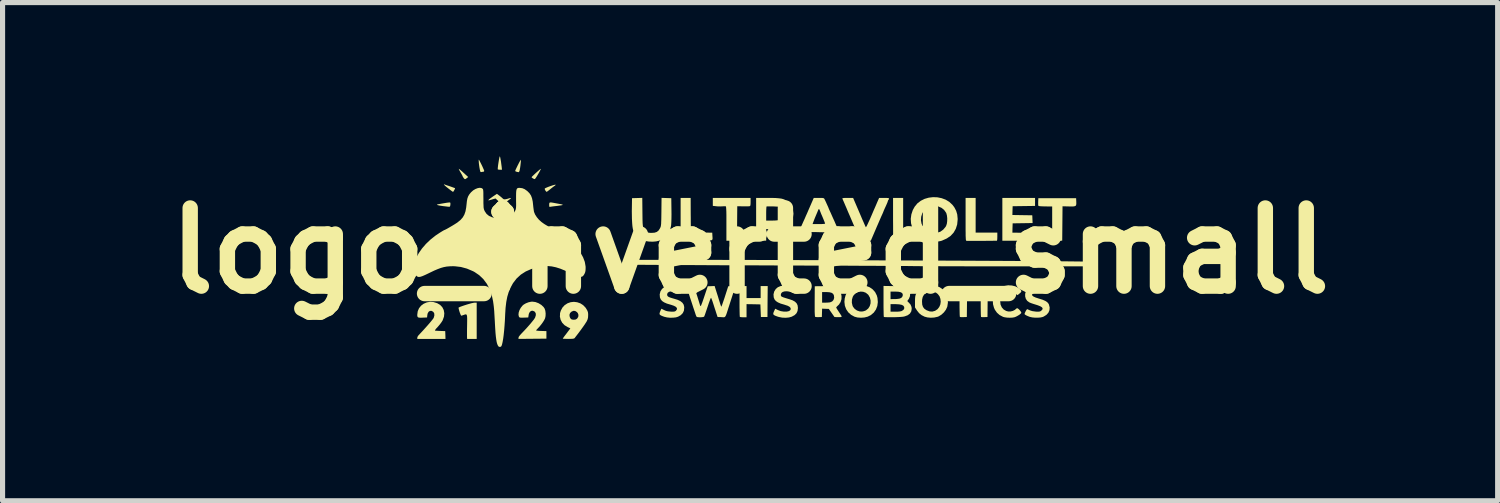
<source format=kicad_pcb>
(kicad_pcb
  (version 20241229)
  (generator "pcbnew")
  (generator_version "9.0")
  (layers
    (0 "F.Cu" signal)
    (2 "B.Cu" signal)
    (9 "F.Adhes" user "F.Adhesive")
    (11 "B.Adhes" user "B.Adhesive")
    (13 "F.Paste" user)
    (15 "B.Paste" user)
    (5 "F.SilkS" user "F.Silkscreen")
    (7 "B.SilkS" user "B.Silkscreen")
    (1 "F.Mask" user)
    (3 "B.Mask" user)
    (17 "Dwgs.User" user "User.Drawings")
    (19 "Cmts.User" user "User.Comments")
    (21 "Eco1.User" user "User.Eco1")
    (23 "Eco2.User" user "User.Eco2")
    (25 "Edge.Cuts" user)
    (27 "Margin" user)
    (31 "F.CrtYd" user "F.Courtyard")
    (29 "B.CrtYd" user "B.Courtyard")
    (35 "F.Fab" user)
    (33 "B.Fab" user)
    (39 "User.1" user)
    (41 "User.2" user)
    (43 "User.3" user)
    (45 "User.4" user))
  (footprint "logo_inverted_small"
    (layer "F.Cu")
    (at 11.582 1.842)
    (property "Reference" "logo_inverted_small" (at 0 0 0) (layer "F.SilkS") (effects (font (size 1.524 1.524) (thickness 0.3))))
    (attr board_only exclude_from_pos_files exclude_from_bom)
    (fp_poly (pts (xy 4.634 0.99) (xy 4.631 1.292) (xy 4.572 1.294) (xy 4.539 1.295) (xy 4.515 1.293) (xy 4.505 1.29) (xy 4.504 1.279) (xy 4.502 1.251) (xy 4.501 1.208) (xy 4.5 1.152) (xy 4.499 1.087) (xy 4.499 1.015) (xy 4.499 0.985) (xy 4.499 0.688) (xy 4.636 0.688)) (stroke (width 0) (type solid)) (fill yes) (layer "F.SilkS"))
    (fp_poly (pts (xy 4.42 0.805) (xy 4.234 0.805) (xy 4.231 1.049) (xy 4.228 1.292) (xy 4.164 1.294) (xy 4.13 1.295) (xy 4.104 1.293) (xy 4.093 1.29) (xy 4.091 1.279) (xy 4.089 1.251) (xy 4.088 1.208) (xy 4.087 1.155) (xy 4.086 1.092) (xy 4.086 1.044) (xy 4.086 0.805) (xy 3.899 0.805) (xy 3.899 0.688) (xy 4.42 0.688)) (stroke (width 0) (type solid)) (fill yes) (layer "F.SilkS"))
    (fp_poly (pts (xy -4.879 -1.837) (xy -4.873 -1.816) (xy -4.867 -1.782) (xy -4.859 -1.737) (xy -4.852 -1.683) (xy -4.846 -1.638) (xy -4.84 -1.581) (xy -4.88 -1.581) (xy -4.906 -1.583) (xy -4.92 -1.587) (xy -4.922 -1.589) (xy -4.922 -1.608) (xy -4.919 -1.64) (xy -4.914 -1.681) (xy -4.907 -1.726) (xy -4.9 -1.77) (xy -4.893 -1.807) (xy -4.887 -1.833) (xy -4.883 -1.842)) (stroke (width 0) (type solid)) (fill yes) (layer "F.SilkS"))
    (fp_poly (pts (xy 2.986 -0.611) (xy 2.986 -0.192) (xy 2.904 -0.192) (xy 2.864 -0.192) (xy 2.83 -0.193) (xy 2.809 -0.194) (xy 2.806 -0.195) (xy 2.802 -0.197) (xy 2.798 -0.203) (xy 2.796 -0.214) (xy 2.794 -0.232) (xy 2.792 -0.259) (xy 2.791 -0.297) (xy 2.79 -0.347) (xy 2.79 -0.412) (xy 2.79 -0.491) (xy 2.789 -0.589) (xy 2.789 -0.615) (xy 2.789 -1.031) (xy 2.986 -1.031)) (stroke (width 0) (type solid)) (fill yes) (layer "F.SilkS"))
    (fp_poly (pts (xy 5.559 -0.875) (xy 5.341 -0.872) (xy 5.122 -0.869) (xy 5.119 -0.784) (xy 5.117 -0.698) (xy 5.311 -0.695) (xy 5.505 -0.692) (xy 5.508 -0.617) (xy 5.511 -0.541) (xy 5.317 -0.538) (xy 5.122 -0.535) (xy 5.119 -0.445) (xy 5.117 -0.354) (xy 5.345 -0.351) (xy 5.574 -0.349) (xy 5.577 -0.273) (xy 5.58 -0.196) (xy 4.921 -0.196) (xy 4.921 -1.031) (xy 5.559 -1.031)) (stroke (width 0) (type solid)) (fill yes) (layer "F.SilkS"))
    (fp_poly (pts (xy -5.851 -0.941) (xy -5.846 -0.931) (xy -5.846 -0.908) (xy -5.846 -0.901) (xy -5.851 -0.871) (xy -5.862 -0.859) (xy -5.864 -0.858) (xy -5.879 -0.859) (xy -5.909 -0.862) (xy -5.95 -0.867) (xy -5.994 -0.872) (xy -6.051 -0.881) (xy -6.089 -0.889) (xy -6.107 -0.896) (xy -6.106 -0.902) (xy -6.087 -0.907) (xy -6.023 -0.919) (xy -5.965 -0.929) (xy -5.917 -0.937) (xy -5.883 -0.941) (xy -5.865 -0.943)) (stroke (width 0) (type solid)) (fill yes) (layer "F.SilkS"))
    (fp_poly (pts (xy -5.961 -1.294) (xy -5.946 -1.288) (xy -5.918 -1.278) (xy -5.88 -1.266) (xy -5.854 -1.257) (xy -5.814 -1.243) (xy -5.782 -1.231) (xy -5.761 -1.224) (xy -5.756 -1.221) (xy -5.757 -1.211) (xy -5.766 -1.192) (xy -5.778 -1.17) (xy -5.789 -1.154) (xy -5.795 -1.149) (xy -5.805 -1.155) (xy -5.827 -1.17) (xy -5.857 -1.193) (xy -5.884 -1.214) (xy -5.926 -1.247) (xy -5.955 -1.273) (xy -5.971 -1.289) (xy -5.972 -1.296)) (stroke (width 0) (type solid)) (fill yes) (layer "F.SilkS"))
    (fp_poly (pts (xy -5.674 -1.594) (xy -5.654 -1.579) (xy -5.626 -1.555) (xy -5.592 -1.524) (xy -5.589 -1.521) (xy -5.499 -1.439) (xy -5.527 -1.417) (xy -5.549 -1.4) (xy -5.564 -1.397) (xy -5.577 -1.407) (xy -5.588 -1.421) (xy -5.602 -1.441) (xy -5.608 -1.455) (xy -5.608 -1.455) (xy -5.613 -1.467) (xy -5.626 -1.491) (xy -5.644 -1.522) (xy -5.648 -1.529) (xy -5.666 -1.56) (xy -5.678 -1.585) (xy -5.683 -1.598) (xy -5.683 -1.599)) (stroke (width 0) (type solid)) (fill yes) (layer "F.SilkS"))
    (fp_poly (pts (xy -3.792 -1.284) (xy -3.807 -1.271) (xy -3.811 -1.268) (xy -3.83 -1.255) (xy -3.859 -1.233) (xy -3.892 -1.207) (xy -3.899 -1.201) (xy -3.929 -1.177) (xy -3.953 -1.159) (xy -3.968 -1.15) (xy -3.969 -1.149) (xy -3.979 -1.157) (xy -3.992 -1.173) (xy -4.003 -1.195) (xy -4.007 -1.21) (xy -3.999 -1.219) (xy -3.974 -1.231) (xy -3.938 -1.246) (xy -3.902 -1.259) (xy -3.85 -1.277) (xy -3.813 -1.287) (xy -3.794 -1.289)) (stroke (width 0) (type solid)) (fill yes) (layer "F.SilkS"))
    (fp_poly (pts (xy -5.285 -1.77) (xy -5.273 -1.747) (xy -5.257 -1.716) (xy -5.238 -1.678) (xy -5.22 -1.64) (xy -5.204 -1.604) (xy -5.192 -1.576) (xy -5.186 -1.558) (xy -5.186 -1.556) (xy -5.194 -1.544) (xy -5.203 -1.542) (xy -5.227 -1.539) (xy -5.241 -1.536) (xy -5.253 -1.535) (xy -5.261 -1.542) (xy -5.267 -1.562) (xy -5.273 -1.589) (xy -5.28 -1.628) (xy -5.286 -1.67) (xy -5.291 -1.711) (xy -5.293 -1.745) (xy -5.294 -1.769) (xy -5.292 -1.778)) (stroke (width 0) (type solid)) (fill yes) (layer "F.SilkS"))
    (fp_poly (pts (xy -4.471 -1.763) (xy -4.472 -1.736) (xy -4.476 -1.701) (xy -4.48 -1.66) (xy -4.486 -1.62) (xy -4.492 -1.585) (xy -4.497 -1.56) (xy -4.499 -1.555) (xy -4.508 -1.538) (xy -4.515 -1.533) (xy -4.53 -1.536) (xy -4.553 -1.541) (xy -4.573 -1.548) (xy -4.582 -1.557) (xy -4.582 -1.557) (xy -4.578 -1.57) (xy -4.567 -1.596) (xy -4.551 -1.629) (xy -4.533 -1.666) (xy -4.514 -1.703) (xy -4.497 -1.736) (xy -4.482 -1.761) (xy -4.474 -1.774) (xy -4.472 -1.774)) (stroke (width 0) (type solid)) (fill yes) (layer "F.SilkS"))
    (fp_poly (pts (xy -4.084 -1.589) (xy -4.095 -1.567) (xy -4.111 -1.536) (xy -4.131 -1.501) (xy -4.152 -1.466) (xy -4.172 -1.434) (xy -4.188 -1.411) (xy -4.198 -1.399) (xy -4.199 -1.398) (xy -4.213 -1.401) (xy -4.235 -1.411) (xy -4.236 -1.412) (xy -4.254 -1.425) (xy -4.263 -1.435) (xy -4.263 -1.435) (xy -4.256 -1.444) (xy -4.238 -1.462) (xy -4.212 -1.487) (xy -4.182 -1.515) (xy -4.151 -1.543) (xy -4.122 -1.568) (xy -4.098 -1.588) (xy -4.084 -1.598) (xy -4.081 -1.599)) (stroke (width 0) (type solid)) (fill yes) (layer "F.SilkS"))
    (fp_poly (pts (xy -3.848 -0.938) (xy -3.8 -0.929) (xy -3.758 -0.921) (xy -3.719 -0.914) (xy -3.691 -0.909) (xy -3.667 -0.903) (xy -3.654 -0.897) (xy -3.654 -0.895) (xy -3.663 -0.891) (xy -3.688 -0.886) (xy -3.724 -0.881) (xy -3.764 -0.875) (xy -3.811 -0.87) (xy -3.852 -0.865) (xy -3.883 -0.86) (xy -3.897 -0.858) (xy -3.91 -0.856) (xy -3.917 -0.863) (xy -3.919 -0.883) (xy -3.919 -0.898) (xy -3.918 -0.92) (xy -3.914 -0.935) (xy -3.903 -0.942) (xy -3.882 -0.943)) (stroke (width 0) (type solid)) (fill yes) (layer "F.SilkS"))
    (fp_poly (pts (xy -0.069 0.923) (xy 0.206 0.923) (xy 0.206 0.688) (xy 0.344 0.688) (xy 0.341 0.99) (xy 0.339 1.292) (xy 0.211 1.292) (xy 0.206 1.169) (xy 0.201 1.046) (xy 0.066 1.043) (xy -0.069 1.041) (xy -0.069 1.297) (xy -0.131 1.297) (xy -0.164 1.296) (xy -0.189 1.293) (xy -0.2 1.29) (xy -0.201 1.279) (xy -0.203 1.251) (xy -0.204 1.208) (xy -0.205 1.152) (xy -0.206 1.087) (xy -0.206 1.015) (xy -0.206 0.985) (xy -0.206 0.688) (xy -0.069 0.688)) (stroke (width 0) (type solid)) (fill yes) (layer "F.SilkS"))
    (fp_poly (pts (xy 6.363 -0.959) (xy 6.364 -0.922) (xy 6.361 -0.896) (xy 6.353 -0.879) (xy 6.335 -0.87) (xy 6.305 -0.865) (xy 6.261 -0.865) (xy 6.218 -0.865) (xy 6.095 -0.868) (xy 6.089 -0.199) (xy 6.063 -0.195) (xy 6.039 -0.194) (xy 6.004 -0.193) (xy 5.964 -0.194) (xy 5.893 -0.197) (xy 5.893 -0.864) (xy 5.793 -0.865) (xy 5.738 -0.866) (xy 5.697 -0.867) (xy 5.665 -0.869) (xy 5.637 -0.872) (xy 5.63 -0.873) (xy 5.623 -0.879) (xy 5.62 -0.898) (xy 5.62 -0.933) (xy 5.62 -0.95) (xy 5.623 -1.026) (xy 6.36 -1.026)) (stroke (width 0) (type solid)) (fill yes) (layer "F.SilkS"))
    (fp_poly (pts (xy 0.01 -0.954) (xy 0.009 -0.912) (xy 0.006 -0.887) (xy -0.000083 -0.874) (xy -0.005 -0.871) (xy -0.02 -0.868) (xy -0.051 -0.867) (xy -0.092 -0.867) (xy -0.135 -0.867) (xy -0.25 -0.869) (xy -0.253 -0.533) (xy -0.256 -0.196) (xy -0.462 -0.196) (xy -0.462 -0.53) (xy -0.462 -0.624) (xy -0.462 -0.7) (xy -0.463 -0.76) (xy -0.465 -0.805) (xy -0.467 -0.836) (xy -0.469 -0.856) (xy -0.472 -0.866) (xy -0.474 -0.867) (xy -0.49 -0.869) (xy -0.518 -0.868) (xy -0.542 -0.867) (xy -0.583 -0.865) (xy -0.631 -0.866) (xy -0.662 -0.869) (xy -0.727 -0.876) (xy -0.727 -1.031) (xy 0.01 -1.031)) (stroke (width 0) (type solid)) (fill yes) (layer "F.SilkS"))
    (fp_poly (pts (xy 4.4 -0.354) (xy 4.823 -0.354) (xy 4.823 -0.275) (xy 4.822 -0.239) (xy 4.82 -0.211) (xy 4.816 -0.197) (xy 4.815 -0.196) (xy 4.775 -0.196) (xy 4.724 -0.195) (xy 4.664 -0.195) (xy 4.598 -0.194) (xy 4.53 -0.194) (xy 4.461 -0.194) (xy 4.396 -0.194) (xy 4.337 -0.194) (xy 4.287 -0.194) (xy 4.249 -0.194) (xy 4.226 -0.194) (xy 4.22 -0.195) (xy 4.216 -0.197) (xy 4.213 -0.202) (xy 4.21 -0.213) (xy 4.208 -0.231) (xy 4.207 -0.257) (xy 4.205 -0.294) (xy 4.205 -0.344) (xy 4.204 -0.407) (xy 4.204 -0.486) (xy 4.204 -0.582) (xy 4.204 -0.615) (xy 4.204 -1.031) (xy 4.4 -1.031)) (stroke (width 0) (type solid)) (fill yes) (layer "F.SilkS"))
    (fp_poly (pts (xy -1.158 -0.719) (xy -1.157 -0.642) (xy -1.157 -0.57) (xy -1.156 -0.506) (xy -1.156 -0.453) (xy -1.156 -0.413) (xy -1.155 -0.388) (xy -1.155 -0.383) (xy -1.154 -0.359) (xy -0.946 -0.356) (xy -0.738 -0.353) (xy -0.735 -0.291) (xy -0.733 -0.264) (xy -0.732 -0.243) (xy -0.733 -0.227) (xy -0.739 -0.215) (xy -0.752 -0.206) (xy -0.774 -0.201) (xy -0.806 -0.198) (xy -0.851 -0.196) (xy -0.911 -0.195) (xy -0.987 -0.195) (xy -1.025 -0.194) (xy -1.099 -0.194) (xy -1.167 -0.193) (xy -1.227 -0.193) (xy -1.277 -0.193) (xy -1.312 -0.194) (xy -1.332 -0.194) (xy -1.333 -0.195) (xy -1.355 -0.198) (xy -1.355 -1.031) (xy -1.159 -1.031)) (stroke (width 0) (type solid)) (fill yes) (layer "F.SilkS"))
    (fp_poly (pts (xy -4.893 -1.077) (xy -4.864 -1.054) (xy -4.839 -1.033) (xy -4.828 -1.022) (xy -4.809 -1.007) (xy -4.784 -1.003) (xy -4.75 -1.009) (xy -4.721 -1.017) (xy -4.692 -1.026) (xy -4.67 -1.029) (xy -4.664 -1.029) (xy -4.666 -1.023) (xy -4.682 -1.009) (xy -4.707 -0.99) (xy -4.737 -0.968) (xy -4.768 -0.947) (xy -4.796 -0.929) (xy -4.818 -0.917) (xy -4.829 -0.913) (xy -4.844 -0.919) (xy -4.865 -0.932) (xy -4.868 -0.935) (xy -4.893 -0.955) (xy -4.922 -0.98) (xy -4.931 -0.988) (xy -4.965 -1.02) (xy -5.014 -1.007) (xy -5.047 -0.997) (xy -5.076 -0.989) (xy -5.085 -0.986) (xy -5.104 -0.983) (xy -5.105 -0.989) (xy -5.09 -1.005) (xy -5.058 -1.029) (xy -5.023 -1.054) (xy -4.939 -1.111)) (stroke (width 0) (type solid)) (fill yes) (layer "F.SilkS"))
    (fp_poly (pts (xy -5.333 1.719) (xy -5.52 1.719) (xy -5.522 1.672) (xy -5.522 1.648) (xy -5.522 1.607) (xy -5.522 1.556) (xy -5.521 1.496) (xy -5.52 1.437) (xy -5.519 1.367) (xy -5.519 1.316) (xy -5.521 1.279) (xy -5.526 1.256) (xy -5.533 1.244) (xy -5.545 1.24) (xy -5.562 1.243) (xy -5.585 1.251) (xy -5.588 1.252) (xy -5.614 1.261) (xy -5.631 1.266) (xy -5.634 1.267) (xy -5.641 1.258) (xy -5.651 1.236) (xy -5.663 1.205) (xy -5.674 1.171) (xy -5.682 1.139) (xy -5.687 1.115) (xy -5.687 1.11) (xy -5.678 1.104) (xy -5.654 1.093) (xy -5.619 1.08) (xy -5.575 1.065) (xy -5.528 1.05) (xy -5.481 1.036) (xy -5.438 1.024) (xy -5.402 1.016) (xy -5.377 1.012) (xy -5.374 1.012) (xy -5.333 1.012)) (stroke (width 0) (type solid)) (fill yes) (layer "F.SilkS"))
    (fp_poly (pts (xy 2.264 0.685) (xy 2.333 0.712) (xy 2.392 0.753) (xy 2.439 0.806) (xy 2.472 0.871) (xy 2.485 0.919) (xy 2.492 1.001) (xy 2.482 1.077) (xy 2.455 1.146) (xy 2.414 1.205) (xy 2.358 1.253) (xy 2.295 1.285) (xy 2.232 1.301) (xy 2.163 1.306) (xy 2.094 1.301) (xy 2.037 1.286) (xy 1.971 1.25) (xy 1.916 1.201) (xy 1.875 1.141) (xy 1.849 1.072) (xy 1.842 1.013) (xy 1.985 1.013) (xy 1.998 1.07) (xy 2.007 1.091) (xy 2.04 1.133) (xy 2.085 1.165) (xy 2.137 1.183) (xy 2.184 1.185) (xy 2.22 1.178) (xy 2.253 1.166) (xy 2.262 1.161) (xy 2.305 1.126) (xy 2.334 1.08) (xy 2.35 1.026) (xy 2.351 0.97) (xy 2.338 0.915) (xy 2.31 0.865) (xy 2.301 0.854) (xy 2.258 0.819) (xy 2.208 0.8) (xy 2.156 0.796) (xy 2.104 0.807) (xy 2.057 0.831) (xy 2.02 0.869) (xy 2.003 0.898) (xy 1.987 0.953) (xy 1.985 1.013) (xy 1.842 1.013) (xy 1.84 0.997) (xy 1.846 0.931) (xy 1.863 0.868) (xy 1.887 0.818) (xy 1.922 0.775) (xy 1.932 0.765) (xy 1.982 0.724) (xy 2.031 0.697) (xy 2.087 0.681) (xy 2.105 0.678) (xy 2.188 0.673)) (stroke (width 0) (type solid)) (fill yes) (layer "F.SilkS"))
    (fp_poly (pts (xy -6.176 1) (xy -6.104 1.022) (xy -6.046 1.056) (xy -6.003 1.102) (xy -5.976 1.156) (xy -5.965 1.218) (xy -5.971 1.284) (xy -5.996 1.354) (xy -6.001 1.364) (xy -6.023 1.398) (xy -6.053 1.438) (xy -6.086 1.477) (xy -6.095 1.487) (xy -6.124 1.518) (xy -6.142 1.542) (xy -6.148 1.555) (xy -6.146 1.557) (xy -6.131 1.559) (xy -6.102 1.561) (xy -6.063 1.563) (xy -6.041 1.564) (xy -5.947 1.567) (xy -5.944 1.643) (xy -5.942 1.719) (xy -6.492 1.719) (xy -6.492 1.696) (xy -6.486 1.675) (xy -6.469 1.65) (xy -6.462 1.643) (xy -6.423 1.601) (xy -6.38 1.555) (xy -6.336 1.506) (xy -6.293 1.458) (xy -6.253 1.412) (xy -6.219 1.371) (xy -6.192 1.338) (xy -6.176 1.316) (xy -6.172 1.309) (xy -6.159 1.263) (xy -6.161 1.223) (xy -6.178 1.193) (xy -6.209 1.174) (xy -6.214 1.172) (xy -6.246 1.173) (xy -6.272 1.191) (xy -6.29 1.223) (xy -6.296 1.253) (xy -6.301 1.301) (xy -6.374 1.304) (xy -6.424 1.306) (xy -6.457 1.304) (xy -6.478 1.298) (xy -6.488 1.285) (xy -6.492 1.265) (xy -6.492 1.244) (xy -6.483 1.179) (xy -6.458 1.121) (xy -6.418 1.071) (xy -6.367 1.033) (xy -6.307 1.007) (xy -6.241 0.995)) (stroke (width 0) (type solid)) (fill yes) (layer "F.SilkS"))
    (fp_poly (pts (xy -4.187 1) (xy -4.126 1.023) (xy -4.071 1.057) (xy -4.027 1.099) (xy -4.007 1.13) (xy -3.994 1.171) (xy -3.988 1.222) (xy -3.99 1.274) (xy -3.999 1.317) (xy -4.015 1.35) (xy -4.04 1.391) (xy -4.072 1.435) (xy -4.106 1.477) (xy -4.134 1.507) (xy -4.156 1.53) (xy -4.171 1.547) (xy -4.174 1.554) (xy -4.165 1.557) (xy -4.141 1.56) (xy -4.104 1.563) (xy -4.074 1.564) (xy -3.973 1.567) (xy -3.973 1.714) (xy -4.518 1.719) (xy -4.518 1.697) (xy -4.511 1.676) (xy -4.489 1.647) (xy -4.461 1.616) (xy -4.399 1.551) (xy -4.342 1.489) (xy -4.292 1.432) (xy -4.25 1.381) (xy -4.217 1.34) (xy -4.197 1.309) (xy -4.193 1.301) (xy -4.179 1.255) (xy -4.182 1.217) (xy -4.201 1.188) (xy -4.207 1.184) (xy -4.241 1.169) (xy -4.271 1.173) (xy -4.297 1.193) (xy -4.315 1.228) (xy -4.32 1.252) (xy -4.327 1.301) (xy -4.412 1.304) (xy -4.454 1.305) (xy -4.48 1.304) (xy -4.495 1.301) (xy -4.504 1.293) (xy -4.509 1.286) (xy -4.518 1.25) (xy -4.514 1.206) (xy -4.499 1.159) (xy -4.474 1.113) (xy -4.442 1.072) (xy -4.417 1.05) (xy -4.374 1.025) (xy -4.323 1.005) (xy -4.273 0.994) (xy -4.249 0.992)) (stroke (width 0) (type solid)) (fill yes) (layer "F.SilkS"))
    (fp_poly (pts (xy 5.105 0.677) (xy 5.173 0.693) (xy 5.233 0.723) (xy 5.274 0.758) (xy 5.29 0.779) (xy 5.291 0.796) (xy 5.278 0.815) (xy 5.256 0.834) (xy 5.217 0.865) (xy 5.171 0.833) (xy 5.144 0.815) (xy 5.12 0.805) (xy 5.092 0.801) (xy 5.058 0.801) (xy 5.021 0.802) (xy 4.995 0.806) (xy 4.974 0.816) (xy 4.954 0.831) (xy 4.914 0.87) (xy 4.89 0.911) (xy 4.88 0.96) (xy 4.879 0.985) (xy 4.886 1.05) (xy 4.91 1.104) (xy 4.947 1.146) (xy 4.996 1.174) (xy 5.036 1.184) (xy 5.08 1.184) (xy 5.126 1.173) (xy 5.165 1.153) (xy 5.181 1.139) (xy 5.199 1.124) (xy 5.21 1.12) (xy 5.226 1.127) (xy 5.246 1.144) (xy 5.267 1.167) (xy 5.284 1.191) (xy 5.291 1.208) (xy 5.291 1.212) (xy 5.278 1.228) (xy 5.253 1.248) (xy 5.22 1.268) (xy 5.186 1.286) (xy 5.157 1.297) (xy 5.116 1.304) (xy 5.065 1.306) (xy 5.013 1.304) (xy 4.965 1.297) (xy 4.935 1.289) (xy 4.867 1.253) (xy 4.816 1.208) (xy 4.775 1.15) (xy 4.758 1.112) (xy 4.739 1.043) (xy 4.735 0.971) (xy 4.746 0.901) (xy 4.771 0.835) (xy 4.807 0.778) (xy 4.834 0.751) (xy 4.895 0.712) (xy 4.963 0.686) (xy 5.034 0.674)) (stroke (width 0) (type solid)) (fill yes) (layer "F.SilkS"))
    (fp_poly (pts (xy 3.628 0.685) (xy 3.698 0.711) (xy 3.76 0.752) (xy 3.765 0.756) (xy 3.807 0.805) (xy 3.837 0.867) (xy 3.855 0.937) (xy 3.859 1.011) (xy 3.848 1.085) (xy 3.845 1.095) (xy 3.82 1.15) (xy 3.781 1.202) (xy 3.732 1.247) (xy 3.678 1.28) (xy 3.653 1.289) (xy 3.592 1.302) (xy 3.525 1.306) (xy 3.46 1.3) (xy 3.405 1.286) (xy 3.403 1.285) (xy 3.344 1.255) (xy 3.297 1.217) (xy 3.255 1.164) (xy 3.253 1.16) (xy 3.217 1.105) (xy 3.217 0.992) (xy 3.354 0.992) (xy 3.358 1.051) (xy 3.373 1.095) (xy 3.399 1.13) (xy 3.439 1.158) (xy 3.45 1.163) (xy 3.504 1.183) (xy 3.555 1.186) (xy 3.606 1.172) (xy 3.611 1.17) (xy 3.657 1.139) (xy 3.69 1.097) (xy 3.711 1.047) (xy 3.719 0.993) (xy 3.713 0.938) (xy 3.695 0.887) (xy 3.662 0.844) (xy 3.63 0.819) (xy 3.594 0.805) (xy 3.548 0.799) (xy 3.5 0.801) (xy 3.456 0.81) (xy 3.431 0.823) (xy 3.392 0.858) (xy 3.368 0.9) (xy 3.356 0.952) (xy 3.354 0.992) (xy 3.217 0.992) (xy 3.218 0.935) (xy 3.222 0.891) (xy 3.23 0.858) (xy 3.245 0.828) (xy 3.268 0.798) (xy 3.288 0.775) (xy 3.343 0.728) (xy 3.408 0.695) (xy 3.479 0.677) (xy 3.554 0.674)) (stroke (width 0) (type solid)) (fill yes) (layer "F.SilkS"))
    (fp_poly (pts (xy -1.632 -1.029) (xy -1.537 -1.026) (xy -1.534 -0.796) (xy -1.533 -0.711) (xy -1.534 -0.633) (xy -1.536 -0.567) (xy -1.539 -0.514) (xy -1.542 -0.485) (xy -1.563 -0.4) (xy -1.598 -0.328) (xy -1.647 -0.269) (xy -1.711 -0.223) (xy -1.772 -0.197) (xy -1.832 -0.183) (xy -1.902 -0.177) (xy -1.975 -0.18) (xy -2.042 -0.19) (xy -2.068 -0.197) (xy -2.141 -0.23) (xy -2.202 -0.278) (xy -2.25 -0.339) (xy -2.256 -0.35) (xy -2.271 -0.38) (xy -2.282 -0.407) (xy -2.289 -0.438) (xy -2.295 -0.478) (xy -2.299 -0.522) (xy -2.302 -0.569) (xy -2.305 -0.63) (xy -2.306 -0.699) (xy -2.307 -0.771) (xy -2.306 -0.83) (xy -2.303 -1.026) (xy -2.203 -1.029) (xy -2.103 -1.032) (xy -2.1 -0.749) (xy -2.099 -0.662) (xy -2.098 -0.591) (xy -2.096 -0.536) (xy -2.092 -0.493) (xy -2.087 -0.461) (xy -2.08 -0.436) (xy -2.07 -0.417) (xy -2.058 -0.402) (xy -2.042 -0.388) (xy -2.027 -0.377) (xy -2.005 -0.362) (xy -1.983 -0.354) (xy -1.955 -0.35) (xy -1.922 -0.349) (xy -1.864 -0.353) (xy -1.821 -0.367) (xy -1.788 -0.392) (xy -1.761 -0.432) (xy -1.759 -0.437) (xy -1.751 -0.452) (xy -1.745 -0.466) (xy -1.741 -0.482) (xy -1.738 -0.502) (xy -1.735 -0.529) (xy -1.734 -0.565) (xy -1.732 -0.613) (xy -1.731 -0.676) (xy -1.73 -0.756) (xy -1.73 -0.759) (xy -1.727 -1.032)) (stroke (width 0) (type solid)) (fill yes) (layer "F.SilkS"))
    (fp_poly (pts (xy 2.131 -0.749) (xy 2.161 -0.679) (xy 2.188 -0.615) (xy 2.213 -0.559) (xy 2.233 -0.513) (xy 2.248 -0.48) (xy 2.257 -0.462) (xy 2.259 -0.459) (xy 2.264 -0.465) (xy 2.277 -0.487) (xy 2.294 -0.522) (xy 2.315 -0.568) (xy 2.34 -0.622) (xy 2.352 -0.65) (xy 2.38 -0.715) (xy 2.408 -0.781) (xy 2.435 -0.842) (xy 2.458 -0.895) (xy 2.475 -0.935) (xy 2.477 -0.94) (xy 2.517 -1.031) (xy 2.614 -1.031) (xy 2.66 -1.031) (xy 2.689 -1.029) (xy 2.705 -1.025) (xy 2.711 -1.019) (xy 2.711 -1.017) (xy 2.706 -1.001) (xy 2.702 -0.998) (xy 2.693 -0.985) (xy 2.687 -0.968) (xy 2.681 -0.948) (xy 2.668 -0.917) (xy 2.651 -0.878) (xy 2.642 -0.859) (xy 2.625 -0.822) (xy 2.612 -0.792) (xy 2.604 -0.774) (xy 2.603 -0.77) (xy 2.599 -0.759) (xy 2.589 -0.735) (xy 2.575 -0.704) (xy 2.575 -0.704) (xy 2.563 -0.678) (xy 2.545 -0.637) (xy 2.522 -0.584) (xy 2.496 -0.524) (xy 2.468 -0.46) (xy 2.451 -0.42) (xy 2.355 -0.196) (xy 2.153 -0.196) (xy 1.979 -0.602) (xy 1.943 -0.686) (xy 1.909 -0.764) (xy 1.879 -0.836) (xy 1.852 -0.898) (xy 1.83 -0.95) (xy 1.813 -0.988) (xy 1.803 -1.012) (xy 1.8 -1.019) (xy 1.803 -1.025) (xy 1.817 -1.028) (xy 1.846 -1.031) (xy 1.891 -1.031) (xy 1.903 -1.031) (xy 2.01 -1.031)) (stroke (width 0) (type solid)) (fill yes) (layer "F.SilkS"))
    (fp_poly (pts (xy 1.535 0.689) (xy 1.57 0.691) (xy 1.597 0.694) (xy 1.619 0.699) (xy 1.642 0.707) (xy 1.643 0.707) (xy 1.703 0.738) (xy 1.746 0.779) (xy 1.773 0.831) (xy 1.784 0.883) (xy 1.783 0.944) (xy 1.765 1.001) (xy 1.733 1.05) (xy 1.718 1.064) (xy 1.696 1.085) (xy 1.682 1.101) (xy 1.68 1.107) (xy 1.685 1.118) (xy 1.699 1.142) (xy 1.72 1.174) (xy 1.738 1.201) (xy 1.763 1.239) (xy 1.779 1.264) (xy 1.786 1.279) (xy 1.785 1.287) (xy 1.778 1.291) (xy 1.774 1.292) (xy 1.752 1.295) (xy 1.719 1.295) (xy 1.699 1.295) (xy 1.646 1.292) (xy 1.591 1.213) (xy 1.536 1.134) (xy 1.471 1.132) (xy 1.405 1.129) (xy 1.4 1.292) (xy 1.341 1.294) (xy 1.307 1.294) (xy 1.281 1.292) (xy 1.27 1.289) (xy 1.266 1.281) (xy 1.264 1.263) (xy 1.262 1.232) (xy 1.26 1.188) (xy 1.26 1.127) (xy 1.26 1.05) (xy 1.26 1.012) (xy 1.405 1.012) (xy 1.467 1.012) (xy 1.506 1.011) (xy 1.541 1.008) (xy 1.56 1.006) (xy 1.6 0.989) (xy 1.627 0.959) (xy 1.64 0.92) (xy 1.64 0.911) (xy 1.635 0.87) (xy 1.62 0.84) (xy 1.591 0.82) (xy 1.548 0.809) (xy 1.488 0.805) (xy 1.484 0.805) (xy 1.405 0.805) (xy 1.405 1.012) (xy 1.26 1.012) (xy 1.26 0.987) (xy 1.262 0.692) (xy 1.426 0.69) (xy 1.488 0.689)) (stroke (width 0) (type solid)) (fill yes) (layer "F.SilkS"))
    (fp_poly (pts (xy -3.373 1.004) (xy -3.312 1.025) (xy -3.256 1.061) (xy -3.208 1.111) (xy -3.193 1.135) (xy -3.173 1.17) (xy -3.163 1.199) (xy -3.159 1.232) (xy -3.159 1.256) (xy -3.161 1.3) (xy -3.169 1.336) (xy -3.186 1.374) (xy -3.186 1.375) (xy -3.203 1.402) (xy -3.229 1.442) (xy -3.265 1.493) (xy -3.307 1.551) (xy -3.354 1.614) (xy -3.405 1.68) (xy -3.424 1.705) (xy -3.435 1.711) (xy -3.456 1.716) (xy -3.49 1.718) (xy -3.541 1.719) (xy -3.544 1.719) (xy -3.588 1.718) (xy -3.624 1.717) (xy -3.647 1.716) (xy -3.654 1.714) (xy -3.648 1.704) (xy -3.634 1.683) (xy -3.613 1.655) (xy -3.607 1.647) (xy -3.58 1.612) (xy -3.554 1.577) (xy -3.533 1.55) (xy -3.533 1.55) (xy -3.506 1.513) (xy -3.558 1.489) (xy -3.619 1.452) (xy -3.665 1.404) (xy -3.696 1.346) (xy -3.71 1.283) (xy -3.708 1.251) (xy -3.524 1.251) (xy -3.518 1.29) (xy -3.512 1.304) (xy -3.498 1.327) (xy -3.481 1.339) (xy -3.455 1.344) (xy -3.435 1.345) (xy -3.4 1.34) (xy -3.373 1.322) (xy -3.352 1.288) (xy -3.348 1.251) (xy -3.361 1.215) (xy -3.38 1.194) (xy -3.412 1.174) (xy -3.444 1.171) (xy -3.479 1.185) (xy -3.484 1.188) (xy -3.512 1.215) (xy -3.524 1.251) (xy -3.708 1.251) (xy -3.707 1.216) (xy -3.692 1.167) (xy -3.659 1.106) (xy -3.614 1.058) (xy -3.56 1.024) (xy -3.5 1.003) (xy -3.437 0.996)) (stroke (width 0) (type solid)) (fill yes) (layer "F.SilkS"))
    (fp_poly (pts (xy 0.788 0.68) (xy 0.85 0.697) (xy 0.866 0.703) (xy 0.892 0.718) (xy 0.902 0.736) (xy 0.899 0.761) (xy 0.89 0.787) (xy 0.877 0.815) (xy 0.865 0.827) (xy 0.846 0.825) (xy 0.821 0.815) (xy 0.769 0.797) (xy 0.719 0.79) (xy 0.673 0.792) (xy 0.636 0.803) (xy 0.611 0.823) (xy 0.601 0.848) (xy 0.6 0.865) (xy 0.602 0.878) (xy 0.609 0.889) (xy 0.626 0.899) (xy 0.653 0.91) (xy 0.694 0.923) (xy 0.75 0.94) (xy 0.762 0.943) (xy 0.828 0.966) (xy 0.876 0.993) (xy 0.908 1.025) (xy 0.927 1.064) (xy 0.933 1.113) (xy 0.933 1.118) (xy 0.926 1.174) (xy 0.905 1.219) (xy 0.869 1.255) (xy 0.814 1.285) (xy 0.812 1.286) (xy 0.758 1.301) (xy 0.694 1.307) (xy 0.626 1.304) (xy 0.56 1.291) (xy 0.531 1.282) (xy 0.489 1.266) (xy 0.464 1.252) (xy 0.453 1.237) (xy 0.453 1.217) (xy 0.463 1.189) (xy 0.467 1.181) (xy 0.49 1.13) (xy 0.542 1.156) (xy 0.597 1.177) (xy 0.66 1.187) (xy 0.661 1.187) (xy 0.719 1.186) (xy 0.761 1.176) (xy 0.786 1.156) (xy 0.792 1.142) (xy 0.791 1.117) (xy 0.773 1.095) (xy 0.737 1.074) (xy 0.683 1.056) (xy 0.668 1.051) (xy 0.596 1.03) (xy 0.542 1.006) (xy 0.503 0.98) (xy 0.477 0.949) (xy 0.462 0.911) (xy 0.461 0.907) (xy 0.457 0.849) (xy 0.471 0.794) (xy 0.501 0.746) (xy 0.54 0.712) (xy 0.591 0.69) (xy 0.653 0.677) (xy 0.72 0.674)) (stroke (width 0) (type solid)) (fill yes) (layer "F.SilkS"))
    (fp_poly (pts (xy 3.654 -1.043) (xy 3.737 -1.026) (xy 3.815 -0.997) (xy 3.886 -0.954) (xy 3.947 -0.897) (xy 3.983 -0.85) (xy 4.02 -0.78) (xy 4.041 -0.709) (xy 4.049 -0.628) (xy 4.049 -0.609) (xy 4.04 -0.514) (xy 4.013 -0.429) (xy 3.971 -0.355) (xy 3.912 -0.291) (xy 3.837 -0.24) (xy 3.748 -0.2) (xy 3.726 -0.192) (xy 3.675 -0.182) (xy 3.613 -0.178) (xy 3.548 -0.179) (xy 3.487 -0.186) (xy 3.448 -0.196) (xy 3.376 -0.223) (xy 3.316 -0.257) (xy 3.263 -0.301) (xy 3.255 -0.309) (xy 3.2 -0.377) (xy 3.162 -0.454) (xy 3.14 -0.537) (xy 3.136 -0.595) (xy 3.333 -0.595) (xy 3.345 -0.529) (xy 3.373 -0.468) (xy 3.415 -0.417) (xy 3.456 -0.386) (xy 3.489 -0.368) (xy 3.518 -0.355) (xy 3.535 -0.35) (xy 3.576 -0.347) (xy 3.625 -0.351) (xy 3.672 -0.359) (xy 3.708 -0.371) (xy 3.711 -0.372) (xy 3.767 -0.412) (xy 3.813 -0.466) (xy 3.824 -0.486) (xy 3.838 -0.526) (xy 3.845 -0.578) (xy 3.846 -0.634) (xy 3.84 -0.688) (xy 3.828 -0.733) (xy 3.823 -0.743) (xy 3.784 -0.798) (xy 3.732 -0.839) (xy 3.669 -0.865) (xy 3.598 -0.873) (xy 3.578 -0.873) (xy 3.505 -0.861) (xy 3.445 -0.834) (xy 3.397 -0.791) (xy 3.36 -0.733) (xy 3.359 -0.732) (xy 3.338 -0.664) (xy 3.333 -0.595) (xy 3.136 -0.595) (xy 3.134 -0.623) (xy 3.146 -0.709) (xy 3.174 -0.794) (xy 3.212 -0.862) (xy 3.265 -0.926) (xy 3.331 -0.976) (xy 3.405 -1.013) (xy 3.485 -1.036) (xy 3.569 -1.046)) (stroke (width 0) (type solid)) (fill yes) (layer "F.SilkS"))
    (fp_poly (pts (xy -1.44 0.68) (xy -1.38 0.693) (xy -1.345 0.707) (xy -1.307 0.727) (xy -1.327 0.779) (xy -1.338 0.807) (xy -1.347 0.827) (xy -1.35 0.833) (xy -1.359 0.83) (xy -1.381 0.822) (xy -1.396 0.816) (xy -1.449 0.798) (xy -1.5 0.79) (xy -1.545 0.791) (xy -1.581 0.801) (xy -1.607 0.82) (xy -1.618 0.846) (xy -1.617 0.868) (xy -1.609 0.884) (xy -1.592 0.898) (xy -1.563 0.911) (xy -1.519 0.925) (xy -1.484 0.935) (xy -1.412 0.957) (xy -1.357 0.984) (xy -1.319 1.015) (xy -1.295 1.052) (xy -1.285 1.097) (xy -1.285 1.112) (xy -1.291 1.17) (xy -1.314 1.217) (xy -1.352 1.256) (xy -1.405 1.286) (xy -1.447 1.299) (xy -1.502 1.305) (xy -1.562 1.306) (xy -1.621 1.3) (xy -1.672 1.288) (xy -1.676 1.287) (xy -1.721 1.27) (xy -1.75 1.255) (xy -1.765 1.239) (xy -1.766 1.219) (xy -1.757 1.191) (xy -1.749 1.171) (xy -1.73 1.13) (xy -1.678 1.156) (xy -1.642 1.172) (xy -1.604 1.181) (xy -1.558 1.186) (xy -1.547 1.187) (xy -1.506 1.188) (xy -1.48 1.186) (xy -1.463 1.181) (xy -1.449 1.172) (xy -1.446 1.169) (xy -1.427 1.143) (xy -1.427 1.118) (xy -1.447 1.094) (xy -1.486 1.073) (xy -1.544 1.053) (xy -1.552 1.051) (xy -1.623 1.03) (xy -1.677 1.006) (xy -1.716 0.98) (xy -1.742 0.949) (xy -1.758 0.912) (xy -1.759 0.907) (xy -1.763 0.849) (xy -1.749 0.793) (xy -1.718 0.745) (xy -1.679 0.711) (xy -1.631 0.691) (xy -1.572 0.678) (xy -1.506 0.675)) (stroke (width 0) (type solid)) (fill yes) (layer "F.SilkS"))
    (fp_poly (pts (xy 0.431 -1.031) (xy 0.503 -1.029) (xy 0.561 -1.024) (xy 0.609 -1.018) (xy 0.647 -1.008) (xy 0.681 -0.994) (xy 0.712 -0.976) (xy 0.737 -0.959) (xy 0.782 -0.914) (xy 0.816 -0.857) (xy 0.837 -0.792) (xy 0.845 -0.723) (xy 0.837 -0.654) (xy 0.831 -0.63) (xy 0.811 -0.588) (xy 0.782 -0.545) (xy 0.748 -0.508) (xy 0.714 -0.482) (xy 0.713 -0.482) (xy 0.695 -0.469) (xy 0.688 -0.457) (xy 0.693 -0.446) (xy 0.707 -0.421) (xy 0.729 -0.388) (xy 0.756 -0.348) (xy 0.762 -0.339) (xy 0.798 -0.287) (xy 0.824 -0.249) (xy 0.839 -0.223) (xy 0.843 -0.208) (xy 0.836 -0.199) (xy 0.818 -0.196) (xy 0.788 -0.196) (xy 0.749 -0.197) (xy 0.643 -0.197) (xy 0.57 -0.307) (xy 0.496 -0.417) (xy 0.405 -0.42) (xy 0.314 -0.423) (xy 0.314 -0.198) (xy 0.243 -0.195) (xy 0.203 -0.194) (xy 0.168 -0.194) (xy 0.145 -0.195) (xy 0.118 -0.198) (xy 0.118 -0.589) (xy 0.314 -0.589) (xy 0.428 -0.589) (xy 0.478 -0.59) (xy 0.52 -0.593) (xy 0.551 -0.597) (xy 0.563 -0.6) (xy 0.603 -0.63) (xy 0.629 -0.668) (xy 0.642 -0.711) (xy 0.641 -0.754) (xy 0.628 -0.795) (xy 0.602 -0.829) (xy 0.563 -0.853) (xy 0.541 -0.86) (xy 0.519 -0.862) (xy 0.483 -0.864) (xy 0.44 -0.866) (xy 0.394 -0.866) (xy 0.353 -0.866) (xy 0.322 -0.865) (xy 0.322 -0.865) (xy 0.319 -0.855) (xy 0.317 -0.83) (xy 0.315 -0.792) (xy 0.314 -0.745) (xy 0.314 -0.727) (xy 0.314 -0.589) (xy 0.118 -0.589) (xy 0.118 -1.031) (xy 0.343 -1.031)) (stroke (width 0) (type solid)) (fill yes) (layer "F.SilkS"))
    (fp_poly (pts (xy 2.797 0.689) (xy 2.864 0.691) (xy 2.915 0.692) (xy 2.953 0.694) (xy 2.98 0.697) (xy 3.002 0.701) (xy 3.019 0.707) (xy 3.036 0.715) (xy 3.038 0.716) (xy 3.081 0.747) (xy 3.109 0.787) (xy 3.122 0.835) (xy 3.119 0.885) (xy 3.099 0.935) (xy 3.077 0.965) (xy 3.069 0.977) (xy 3.072 0.988) (xy 3.089 1.004) (xy 3.093 1.008) (xy 3.13 1.049) (xy 3.149 1.095) (xy 3.153 1.132) (xy 3.144 1.183) (xy 3.118 1.225) (xy 3.076 1.257) (xy 3.018 1.279) (xy 2.986 1.286) (xy 2.956 1.289) (xy 2.915 1.292) (xy 2.865 1.294) (xy 2.812 1.296) (xy 2.758 1.296) (xy 2.707 1.296) (xy 2.663 1.295) (xy 2.63 1.294) (xy 2.612 1.291) (xy 2.609 1.29) (xy 2.608 1.279) (xy 2.606 1.251) (xy 2.605 1.208) (xy 2.605 1.188) (xy 2.74 1.188) (xy 2.836 1.188) (xy 2.889 1.187) (xy 2.927 1.183) (xy 2.955 1.176) (xy 2.965 1.171) (xy 2.996 1.148) (xy 3.009 1.119) (xy 3.004 1.092) (xy 2.988 1.07) (xy 2.956 1.054) (xy 2.908 1.045) (xy 2.842 1.041) (xy 2.834 1.041) (xy 2.74 1.041) (xy 2.74 1.188) (xy 2.605 1.188) (xy 2.604 1.152) (xy 2.603 1.087) (xy 2.603 1.015) (xy 2.603 0.985) (xy 2.603 0.943) (xy 2.74 0.943) (xy 2.816 0.942) (xy 2.859 0.941) (xy 2.898 0.936) (xy 2.925 0.931) (xy 2.927 0.93) (xy 2.96 0.91) (xy 2.977 0.881) (xy 2.978 0.848) (xy 2.966 0.825) (xy 2.939 0.809) (xy 2.895 0.799) (xy 2.834 0.796) (xy 2.824 0.796) (xy 2.74 0.796) (xy 2.74 0.943) (xy 2.603 0.943) (xy 2.603 0.686)) (stroke (width 0) (type solid)) (fill yes) (layer "F.SilkS"))
    (fp_poly (pts (xy 1.387 -1.031) (xy 1.416 -1.03) (xy 1.434 -1.026) (xy 1.444 -1.02) (xy 1.45 -1.011) (xy 1.451 -1.009) (xy 1.463 -0.985) (xy 1.478 -0.953) (xy 1.494 -0.917) (xy 1.51 -0.882) (xy 1.523 -0.853) (xy 1.531 -0.834) (xy 1.532 -0.83) (xy 1.536 -0.82) (xy 1.546 -0.797) (xy 1.56 -0.766) (xy 1.561 -0.764) (xy 1.573 -0.739) (xy 1.591 -0.698) (xy 1.614 -0.646) (xy 1.642 -0.585) (xy 1.671 -0.518) (xy 1.702 -0.449) (xy 1.814 -0.196) (xy 1.605 -0.196) (xy 1.571 -0.277) (xy 1.537 -0.359) (xy 1.347 -0.363) (xy 1.274 -0.365) (xy 1.217 -0.365) (xy 1.177 -0.363) (xy 1.154 -0.36) (xy 1.15 -0.359) (xy 1.143 -0.345) (xy 1.131 -0.319) (xy 1.115 -0.285) (xy 1.11 -0.273) (xy 1.078 -0.196) (xy 0.876 -0.196) (xy 0.933 -0.328) (xy 0.955 -0.378) (xy 0.975 -0.424) (xy 0.991 -0.462) (xy 1.003 -0.488) (xy 1.005 -0.492) (xy 1.016 -0.517) (xy 1.018 -0.521) (xy 1.219 -0.521) (xy 1.341 -0.521) (xy 1.388 -0.521) (xy 1.426 -0.523) (xy 1.452 -0.526) (xy 1.463 -0.529) (xy 1.463 -0.529) (xy 1.46 -0.542) (xy 1.45 -0.569) (xy 1.435 -0.606) (xy 1.417 -0.65) (xy 1.397 -0.697) (xy 1.39 -0.712) (xy 1.378 -0.742) (xy 1.365 -0.776) (xy 1.364 -0.778) (xy 1.353 -0.806) (xy 1.342 -0.814) (xy 1.332 -0.803) (xy 1.326 -0.788) (xy 1.315 -0.761) (xy 1.307 -0.742) (xy 1.295 -0.714) (xy 1.279 -0.676) (xy 1.261 -0.633) (xy 1.245 -0.592) (xy 1.233 -0.56) (xy 1.232 -0.557) (xy 1.219 -0.521) (xy 1.018 -0.521) (xy 1.032 -0.553) (xy 1.05 -0.593) (xy 1.053 -0.599) (xy 1.068 -0.632) (xy 1.088 -0.679) (xy 1.113 -0.734) (xy 1.139 -0.795) (xy 1.164 -0.852) (xy 1.242 -1.031) (xy 1.342 -1.031)) (stroke (width 0) (type solid)) (fill yes) (layer "F.SilkS"))
    (fp_poly (pts (xy 5.674 0.678) (xy 5.72 0.686) (xy 5.762 0.697) (xy 5.793 0.71) (xy 5.812 0.724) (xy 5.815 0.732) (xy 5.811 0.75) (xy 5.802 0.775) (xy 5.79 0.8) (xy 5.779 0.822) (xy 5.77 0.832) (xy 5.768 0.832) (xy 5.718 0.809) (xy 5.674 0.796) (xy 5.626 0.792) (xy 5.615 0.791) (xy 5.578 0.792) (xy 5.555 0.795) (xy 5.54 0.803) (xy 5.525 0.817) (xy 5.524 0.818) (xy 5.508 0.84) (xy 5.501 0.857) (xy 5.5 0.858) (xy 5.508 0.877) (xy 5.531 0.894) (xy 5.571 0.912) (xy 5.629 0.931) (xy 5.639 0.934) (xy 5.709 0.956) (xy 5.761 0.979) (xy 5.798 1.004) (xy 5.822 1.033) (xy 5.829 1.047) (xy 5.844 1.105) (xy 5.84 1.159) (xy 5.819 1.208) (xy 5.781 1.25) (xy 5.728 1.283) (xy 5.706 1.292) (xy 5.666 1.301) (xy 5.615 1.305) (xy 5.559 1.305) (xy 5.505 1.3) (xy 5.463 1.291) (xy 5.461 1.291) (xy 5.417 1.274) (xy 5.383 1.258) (xy 5.36 1.243) (xy 5.354 1.233) (xy 5.359 1.215) (xy 5.37 1.191) (xy 5.383 1.166) (xy 5.397 1.146) (xy 5.406 1.138) (xy 5.407 1.139) (xy 5.421 1.145) (xy 5.446 1.156) (xy 5.461 1.163) (xy 5.506 1.177) (xy 5.563 1.185) (xy 5.579 1.187) (xy 5.619 1.188) (xy 5.645 1.186) (xy 5.664 1.18) (xy 5.68 1.169) (xy 5.702 1.146) (xy 5.707 1.124) (xy 5.694 1.103) (xy 5.662 1.083) (xy 5.612 1.063) (xy 5.577 1.052) (xy 5.532 1.038) (xy 5.49 1.024) (xy 5.457 1.011) (xy 5.448 1.007) (xy 5.407 0.978) (xy 5.379 0.937) (xy 5.366 0.89) (xy 5.366 0.84) (xy 5.381 0.791) (xy 5.411 0.746) (xy 5.423 0.734) (xy 5.46 0.706) (xy 5.502 0.688) (xy 5.554 0.677) (xy 5.58 0.675) (xy 5.626 0.674)) (stroke (width 0) (type solid)) (fill yes) (layer "F.SilkS"))
    (fp_poly (pts (xy -1.182 0.177) (xy -1.04 0.177) (xy -0.883 0.177) (xy -0.713 0.177) (xy -0.531 0.178) (xy -0.338 0.178) (xy -0.134 0.178) (xy 0.08 0.179) (xy 0.302 0.18) (xy 0.531 0.18) (xy 0.767 0.181) (xy 1.009 0.182) (xy 1.255 0.182) (xy 1.505 0.183) (xy 1.757 0.184) (xy 2.012 0.185) (xy 2.267 0.186) (xy 2.522 0.187) (xy 2.776 0.188) (xy 3.027 0.189) (xy 3.276 0.19) (xy 3.521 0.191) (xy 3.76 0.192) (xy 3.994 0.193) (xy 4.221 0.194) (xy 4.44 0.195) (xy 4.65 0.196) (xy 4.85 0.197) (xy 5.039 0.198) (xy 5.217 0.199) (xy 5.382 0.2) (xy 5.534 0.2) (xy 5.671 0.201) (xy 5.792 0.202) (xy 5.897 0.203) (xy 5.984 0.204) (xy 6.052 0.204) (xy 6.065 0.205) (xy 6.605 0.211) (xy 6.611 0.304) (xy 4.909 0.303) (xy 4.728 0.303) (xy 4.551 0.303) (xy 4.381 0.303) (xy 4.218 0.303) (xy 4.064 0.302) (xy 3.918 0.302) (xy 3.783 0.302) (xy 3.659 0.301) (xy 3.548 0.301) (xy 3.45 0.301) (xy 3.366 0.301) (xy 3.297 0.3) (xy 3.245 0.3) (xy 3.21 0.299) (xy 3.193 0.299) (xy 3.192 0.299) (xy 3.181 0.299) (xy 3.151 0.298) (xy 3.104 0.298) (xy 3.04 0.297) (xy 2.96 0.297) (xy 2.866 0.296) (xy 2.759 0.295) (xy 2.64 0.295) (xy 2.509 0.294) (xy 2.368 0.293) (xy 2.218 0.293) (xy 2.059 0.292) (xy 1.894 0.291) (xy 1.722 0.291) (xy 1.586 0.29) (xy 1.386 0.29) (xy 1.175 0.289) (xy 0.956 0.288) (xy 0.732 0.287) (xy 0.505 0.286) (xy 0.277 0.285) (xy 0.051 0.284) (xy -0.172 0.283) (xy -0.387 0.282) (xy -0.594 0.282) (xy -0.789 0.281) (xy -0.971 0.28) (xy -1.137 0.279) (xy -1.211 0.279) (xy -2.416 0.272) (xy -2.416 0.177) (xy -1.309 0.177)) (stroke (width 0) (type solid)) (fill yes) (layer "F.SilkS"))
    (fp_poly (pts (xy -0.646 0.832) (xy -0.628 0.888) (xy -0.612 0.942) (xy -0.597 0.989) (xy -0.586 1.025) (xy -0.583 1.034) (xy -0.573 1.064) (xy -0.565 1.084) (xy -0.56 1.09) (xy -0.556 1.081) (xy -0.546 1.056) (xy -0.533 1.018) (xy -0.516 0.969) (xy -0.497 0.913) (xy -0.49 0.891) (xy -0.426 0.692) (xy -0.369 0.689) (xy -0.328 0.688) (xy -0.304 0.691) (xy -0.294 0.702) (xy -0.296 0.723) (xy -0.308 0.759) (xy -0.309 0.763) (xy -0.319 0.793) (xy -0.333 0.837) (xy -0.351 0.893) (xy -0.371 0.955) (xy -0.392 1.02) (xy -0.397 1.036) (xy -0.422 1.113) (xy -0.441 1.173) (xy -0.456 1.219) (xy -0.468 1.252) (xy -0.479 1.275) (xy -0.489 1.288) (xy -0.5 1.295) (xy -0.513 1.297) (xy -0.53 1.296) (xy -0.551 1.295) (xy -0.559 1.294) (xy -0.634 1.292) (xy -0.66 1.213) (xy -0.674 1.169) (xy -0.692 1.115) (xy -0.71 1.058) (xy -0.72 1.027) (xy -0.734 0.984) (xy -0.747 0.949) (xy -0.757 0.925) (xy -0.762 0.917) (xy -0.768 0.925) (xy -0.778 0.949) (xy -0.792 0.986) (xy -0.809 1.033) (xy -0.827 1.088) (xy -0.829 1.093) (xy -0.848 1.15) (xy -0.865 1.2) (xy -0.879 1.241) (xy -0.89 1.27) (xy -0.896 1.284) (xy -0.896 1.284) (xy -0.913 1.292) (xy -0.945 1.296) (xy -0.974 1.297) (xy -1.01 1.296) (xy -1.031 1.293) (xy -1.043 1.287) (xy -1.05 1.275) (xy -1.052 1.27) (xy -1.061 1.247) (xy -1.073 1.21) (xy -1.089 1.162) (xy -1.108 1.106) (xy -1.128 1.044) (xy -1.149 0.98) (xy -1.17 0.917) (xy -1.189 0.856) (xy -1.206 0.801) (xy -1.221 0.755) (xy -1.231 0.721) (xy -1.237 0.701) (xy -1.238 0.697) (xy -1.228 0.692) (xy -1.204 0.689) (xy -1.168 0.688) (xy -1.165 0.688) (xy -1.127 0.688) (xy -1.104 0.69) (xy -1.092 0.696) (xy -1.087 0.705) (xy -1.085 0.71) (xy -1.08 0.726) (xy -1.071 0.758) (xy -1.057 0.801) (xy -1.042 0.851) (xy -1.031 0.884) (xy -1.015 0.937) (xy -1 0.985) (xy -0.988 1.024) (xy -0.98 1.05) (xy -0.978 1.058) (xy -0.97 1.075) (xy -0.963 1.08) (xy -0.958 1.072) (xy -0.948 1.047) (xy -0.933 1.009) (xy -0.916 0.96) (xy -0.897 0.904) (xy -0.891 0.886) (xy -0.826 0.692) (xy -0.759 0.69) (xy -0.692 0.687)) (stroke (width 0) (type solid)) (fill yes) (layer "F.SilkS"))
    (fp_poly (pts (xy -5.238 -1.223) (xy -5.221 -1.212) (xy -5.215 -1.207) (xy -5.211 -1.201) (xy -5.208 -1.192) (xy -5.206 -1.178) (xy -5.204 -1.156) (xy -5.203 -1.124) (xy -5.203 -1.077) (xy -5.202 -1.015) (xy -5.202 -0.992) (xy -5.202 -0.929) (xy -5.2 -0.883) (xy -5.199 -0.849) (xy -5.195 -0.824) (xy -5.19 -0.804) (xy -5.183 -0.787) (xy -5.176 -0.772) (xy -5.141 -0.72) (xy -5.094 -0.681) (xy -5.034 -0.654) (xy -4.96 -0.639) (xy -4.877 -0.635) (xy -4.79 -0.641) (xy -4.719 -0.658) (xy -4.662 -0.686) (xy -4.618 -0.726) (xy -4.59 -0.768) (xy -4.58 -0.787) (xy -4.573 -0.804) (xy -4.569 -0.821) (xy -4.566 -0.844) (xy -4.564 -0.875) (xy -4.564 -0.917) (xy -4.565 -0.974) (xy -4.565 -1) (xy -4.565 -1.073) (xy -4.564 -1.128) (xy -4.561 -1.169) (xy -4.555 -1.196) (xy -4.546 -1.214) (xy -4.532 -1.223) (xy -4.513 -1.227) (xy -4.495 -1.227) (xy -4.444 -1.221) (xy -4.398 -1.202) (xy -4.35 -1.168) (xy -4.344 -1.163) (xy -4.304 -1.123) (xy -4.274 -1.078) (xy -4.254 -1.025) (xy -4.24 -0.96) (xy -4.234 -0.906) (xy -4.229 -0.857) (xy -4.223 -0.811) (xy -4.218 -0.775) (xy -4.214 -0.757) (xy -4.194 -0.708) (xy -4.16 -0.655) (xy -4.118 -0.605) (xy -4.071 -0.563) (xy -4.066 -0.559) (xy -4.037 -0.538) (xy -4.011 -0.52) (xy -3.983 -0.503) (xy -3.95 -0.484) (xy -3.907 -0.46) (xy -3.865 -0.438) (xy -3.776 -0.388) (xy -3.701 -0.344) (xy -3.637 -0.302) (xy -3.582 -0.261) (xy -3.53 -0.217) (xy -3.479 -0.168) (xy -3.471 -0.16) (xy -3.381 -0.061) (xy -3.31 0.035) (xy -3.258 0.127) (xy -3.224 0.217) (xy -3.209 0.304) (xy -3.208 0.334) (xy -3.21 0.381) (xy -3.216 0.416) (xy -3.229 0.447) (xy -3.23 0.449) (xy -3.247 0.478) (xy -3.266 0.498) (xy -3.289 0.508) (xy -3.318 0.509) (xy -3.356 0.5) (xy -3.405 0.482) (xy -3.468 0.453) (xy -3.5 0.438) (xy -3.607 0.388) (xy -3.702 0.349) (xy -3.788 0.322) (xy -3.868 0.305) (xy -3.944 0.298) (xy -4.021 0.3) (xy -4.102 0.312) (xy -4.145 0.32) (xy -4.268 0.356) (xy -4.377 0.404) (xy -4.472 0.465) (xy -4.553 0.539) (xy -4.621 0.627) (xy -4.628 0.638) (xy -4.672 0.718) (xy -4.708 0.802) (xy -4.736 0.895) (xy -4.756 0.998) (xy -4.77 1.115) (xy -4.778 1.247) (xy -4.778 1.252) (xy -4.783 1.36) (xy -4.79 1.462) (xy -4.798 1.558) (xy -4.807 1.644) (xy -4.817 1.719) (xy -4.828 1.781) (xy -4.839 1.828) (xy -4.85 1.858) (xy -4.854 1.864) (xy -4.872 1.875) (xy -4.882 1.876) (xy -4.902 1.87) (xy -4.909 1.864) (xy -4.922 1.844) (xy -4.933 1.817) (xy -4.943 1.781) (xy -4.951 1.735) (xy -4.959 1.676) (xy -4.966 1.603) (xy -4.972 1.514) (xy -4.978 1.407) (xy -4.979 1.385) (xy -4.984 1.302) (xy -4.988 1.235) (xy -4.991 1.18) (xy -4.995 1.134) (xy -4.999 1.092) (xy -5.004 1.052) (xy -5.01 1.01) (xy -5.013 0.987) (xy -5.04 0.862) (xy -5.081 0.747) (xy -5.136 0.643) (xy -5.204 0.552) (xy -5.284 0.476) (xy -5.375 0.414) (xy -5.403 0.399) (xy -5.523 0.348) (xy -5.641 0.316) (xy -5.759 0.302) (xy -5.8 0.301) (xy -5.862 0.303) (xy -5.918 0.308) (xy -5.973 0.318) (xy -6.03 0.334) (xy -6.092 0.357) (xy -6.163 0.387) (xy -6.246 0.427) (xy -6.275 0.441) (xy -6.34 0.472) (xy -6.391 0.494) (xy -6.43 0.507) (xy -6.46 0.511) (xy -6.483 0.507) (xy -6.502 0.495) (xy -6.515 0.482) (xy -6.541 0.442) (xy -6.556 0.397) (xy -6.56 0.341) (xy -6.558 0.305) (xy -6.543 0.221) (xy -6.511 0.133) (xy -6.462 0.044) (xy -6.399 -0.046) (xy -6.323 -0.134) (xy -6.235 -0.218) (xy -6.137 -0.296) (xy -6.05 -0.354) (xy -6.016 -0.375) (xy -5.988 -0.392) (xy -5.971 -0.401) (xy -5.967 -0.403) (xy -5.954 -0.408) (xy -5.928 -0.421) (xy -5.893 -0.44) (xy -5.852 -0.464) (xy -5.809 -0.489) (xy -5.768 -0.514) (xy -5.732 -0.537) (xy -5.705 -0.555) (xy -5.702 -0.558) (xy -5.647 -0.603) (xy -5.605 -0.651) (xy -5.574 -0.705) (xy -5.552 -0.768) (xy -5.538 -0.844) (xy -5.531 -0.906) (xy -5.524 -0.971) (xy -5.514 -1.022) (xy -5.499 -1.063) (xy -5.477 -1.1) (xy -5.447 -1.137) (xy -5.44 -1.144) (xy -5.401 -1.179) (xy -5.357 -1.205) (xy -5.313 -1.222) (xy -5.272 -1.229)) (stroke (width 0) (type solid)) (fill yes) (layer "F.SilkS")))
  (gr_rect
    (start -3 -3)
    (end 26.165 6.718)
    (stroke (width 0.1) (type default))
    (fill no)
    (layer "Edge.Cuts")))
</source>
